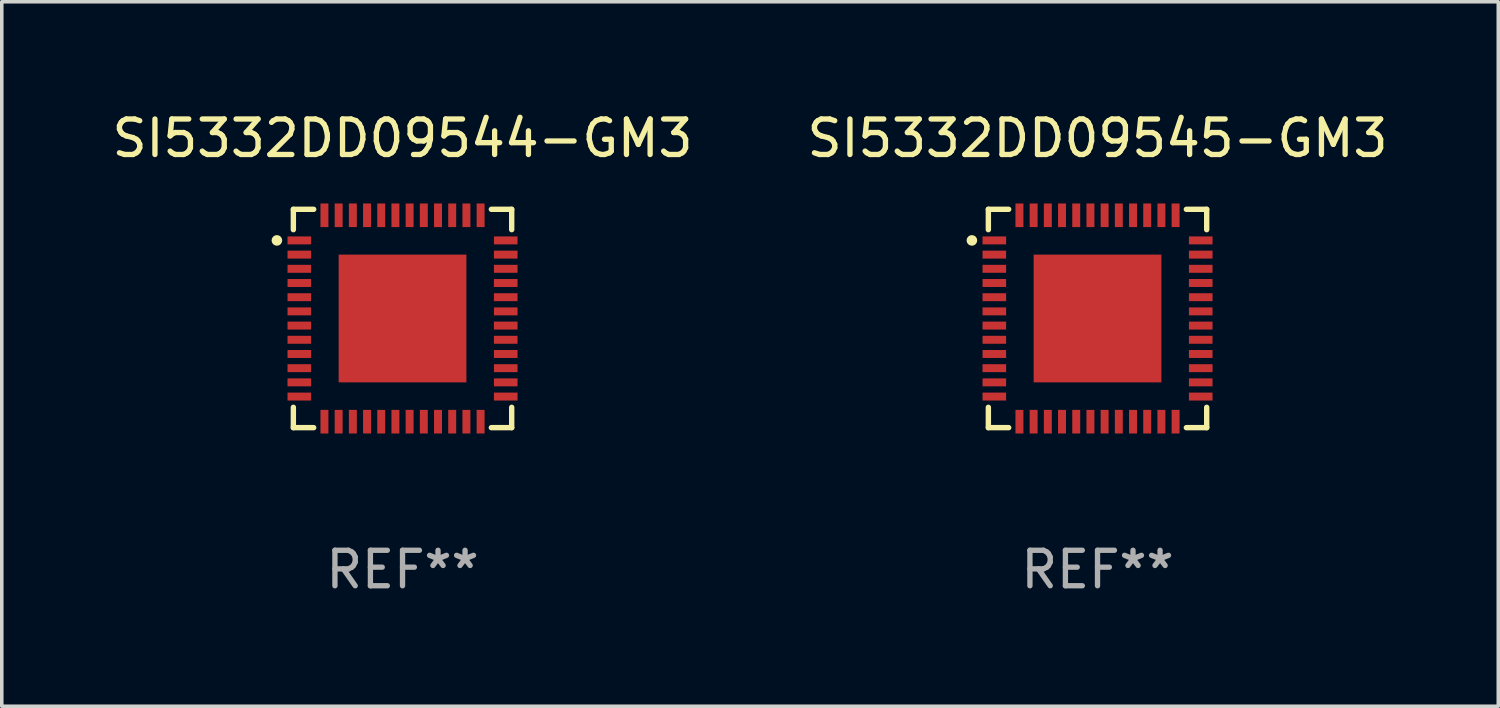
<source format=kicad_pcb>
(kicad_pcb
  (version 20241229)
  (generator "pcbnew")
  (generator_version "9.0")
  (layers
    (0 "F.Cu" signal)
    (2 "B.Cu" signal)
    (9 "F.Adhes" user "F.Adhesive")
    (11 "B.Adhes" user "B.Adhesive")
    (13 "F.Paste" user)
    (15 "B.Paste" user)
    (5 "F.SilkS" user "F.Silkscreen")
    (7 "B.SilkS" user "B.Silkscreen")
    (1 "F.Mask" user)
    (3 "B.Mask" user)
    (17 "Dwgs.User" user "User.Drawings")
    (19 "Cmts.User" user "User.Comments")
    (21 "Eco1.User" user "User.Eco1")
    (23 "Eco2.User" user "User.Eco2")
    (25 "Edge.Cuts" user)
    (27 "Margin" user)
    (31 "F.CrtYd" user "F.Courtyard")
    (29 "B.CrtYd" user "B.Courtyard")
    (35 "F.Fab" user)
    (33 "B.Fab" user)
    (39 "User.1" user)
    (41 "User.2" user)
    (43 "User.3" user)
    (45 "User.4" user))
  (footprint "SI5332DD09545-GM3"
    (layer "F.Cu")
    (at 27.875 5.924)
    (property "Reference" "SI5332DD09545-GM3" (at 0 -5.076 0) (layer "F.SilkS") (effects (font (size 1 1) (thickness 0.15))))
    (attr through_hole)
    (fp_line (start -3.076 -3.076) (end -3.076 -2.503) (stroke (width 0.152) (type solid)) (layer "F.SilkS"))
    (fp_line (start -3.076 3.076) (end -3.076 2.503) (stroke (width 0.152) (type solid)) (layer "F.SilkS"))
    (fp_line (start -2.503 -3.076) (end -3.076 -3.076) (stroke (width 0.152) (type solid)) (layer "F.SilkS"))
    (fp_line (start -2.503 3.076) (end -3.076 3.076) (stroke (width 0.152) (type solid)) (layer "F.SilkS"))
    (fp_line (start 2.503 -3.076) (end 3.076 -3.076) (stroke (width 0.152) (type solid)) (layer "F.SilkS"))
    (fp_line (start 2.503 3.076) (end 3.076 3.076) (stroke (width 0.152) (type solid)) (layer "F.SilkS"))
    (fp_line (start 3.076 -3.076) (end 3.076 -2.503) (stroke (width 0.152) (type solid)) (layer "F.SilkS"))
    (fp_line (start 3.076 3.076) (end 3.076 2.503) (stroke (width 0.152) (type solid)) (layer "F.SilkS"))
    (fp_circle (center -3.54 -2.2) (end -3.465 -2.2) (stroke (width 0.15) (type solid)) (fill no) (layer "F.SilkS"))
    (fp_text user "REF**" (at 0 7.076 0) (layer "F.Fab") (effects (font (size 1 1) (thickness 0.15))))
    (pad "1" smd rect (at -2.908 -2.2) (size 0.665 0.224) (layers "F.Cu" "F.Mask" "F.Paste"))
    (pad "2" smd rect (at -2.908 -1.8) (size 0.665 0.224) (layers "F.Cu" "F.Mask" "F.Paste"))
    (pad "3" smd rect (at -2.908 -1.4) (size 0.665 0.224) (layers "F.Cu" "F.Mask" "F.Paste"))
    (pad "4" smd rect (at -2.908 -1) (size 0.665 0.224) (layers "F.Cu" "F.Mask" "F.Paste"))
    (pad "5" smd rect (at -2.908 -0.6) (size 0.665 0.224) (layers "F.Cu" "F.Mask" "F.Paste"))
    (pad "6" smd rect (at -2.908 -0.2) (size 0.665 0.224) (layers "F.Cu" "F.Mask" "F.Paste"))
    (pad "7" smd rect (at -2.908 0.2) (size 0.665 0.224) (layers "F.Cu" "F.Mask" "F.Paste"))
    (pad "8" smd rect (at -2.908 0.6) (size 0.665 0.224) (layers "F.Cu" "F.Mask" "F.Paste"))
    (pad "9" smd rect (at -2.908 1) (size 0.665 0.224) (layers "F.Cu" "F.Mask" "F.Paste"))
    (pad "10" smd rect (at -2.908 1.4) (size 0.665 0.224) (layers "F.Cu" "F.Mask" "F.Paste"))
    (pad "11" smd rect (at -2.908 1.8) (size 0.665 0.224) (layers "F.Cu" "F.Mask" "F.Paste"))
    (pad "12" smd rect (at -2.908 2.2) (size 0.665 0.224) (layers "F.Cu" "F.Mask" "F.Paste"))
    (pad "13" smd rect (at -2.2 2.908) (size 0.224 0.665) (layers "F.Cu" "F.Mask" "F.Paste"))
    (pad "14" smd rect (at -1.8 2.908) (size 0.224 0.665) (layers "F.Cu" "F.Mask" "F.Paste"))
    (pad "15" smd rect (at -1.4 2.908) (size 0.224 0.665) (layers "F.Cu" "F.Mask" "F.Paste"))
    (pad "16" smd rect (at -1 2.908) (size 0.224 0.665) (layers "F.Cu" "F.Mask" "F.Paste"))
    (pad "17" smd rect (at -0.6 2.908) (size 0.224 0.665) (layers "F.Cu" "F.Mask" "F.Paste"))
    (pad "18" smd rect (at -0.2 2.908) (size 0.224 0.665) (layers "F.Cu" "F.Mask" "F.Paste"))
    (pad "19" smd rect (at 0.2 2.908) (size 0.224 0.665) (layers "F.Cu" "F.Mask" "F.Paste"))
    (pad "20" smd rect (at 0.6 2.908) (size 0.224 0.665) (layers "F.Cu" "F.Mask" "F.Paste"))
    (pad "21" smd rect (at 1 2.908) (size 0.224 0.665) (layers "F.Cu" "F.Mask" "F.Paste"))
    (pad "22" smd rect (at 1.4 2.908) (size 0.224 0.665) (layers "F.Cu" "F.Mask" "F.Paste"))
    (pad "23" smd rect (at 1.8 2.908) (size 0.224 0.665) (layers "F.Cu" "F.Mask" "F.Paste"))
    (pad "24" smd rect (at 2.2 2.908) (size 0.224 0.665) (layers "F.Cu" "F.Mask" "F.Paste"))
    (pad "25" smd rect (at 2.908 2.2) (size 0.665 0.224) (layers "F.Cu" "F.Mask" "F.Paste"))
    (pad "26" smd rect (at 2.908 1.8) (size 0.665 0.224) (layers "F.Cu" "F.Mask" "F.Paste"))
    (pad "27" smd rect (at 2.908 1.4) (size 0.665 0.224) (layers "F.Cu" "F.Mask" "F.Paste"))
    (pad "28" smd rect (at 2.908 1) (size 0.665 0.224) (layers "F.Cu" "F.Mask" "F.Paste"))
    (pad "29" smd rect (at 2.908 0.6) (size 0.665 0.224) (layers "F.Cu" "F.Mask" "F.Paste"))
    (pad "30" smd rect (at 2.908 0.2) (size 0.665 0.224) (layers "F.Cu" "F.Mask" "F.Paste"))
    (pad "31" smd rect (at 2.908 -0.2) (size 0.665 0.224) (layers "F.Cu" "F.Mask" "F.Paste"))
    (pad "32" smd rect (at 2.908 -0.6) (size 0.665 0.224) (layers "F.Cu" "F.Mask" "F.Paste"))
    (pad "33" smd rect (at 2.908 -1) (size 0.665 0.224) (layers "F.Cu" "F.Mask" "F.Paste"))
    (pad "34" smd rect (at 2.908 -1.4) (size 0.665 0.224) (layers "F.Cu" "F.Mask" "F.Paste"))
    (pad "35" smd rect (at 2.908 -1.8) (size 0.665 0.224) (layers "F.Cu" "F.Mask" "F.Paste"))
    (pad "36" smd rect (at 2.908 -2.2) (size 0.665 0.224) (layers "F.Cu" "F.Mask" "F.Paste"))
    (pad "37" smd rect (at 2.2 -2.908) (size 0.224 0.665) (layers "F.Cu" "F.Mask" "F.Paste"))
    (pad "38" smd rect (at 1.8 -2.908) (size 0.224 0.665) (layers "F.Cu" "F.Mask" "F.Paste"))
    (pad "39" smd rect (at 1.4 -2.908) (size 0.224 0.665) (layers "F.Cu" "F.Mask" "F.Paste"))
    (pad "40" smd rect (at 1 -2.908) (size 0.224 0.665) (layers "F.Cu" "F.Mask" "F.Paste"))
    (pad "41" smd rect (at 0.6 -2.908) (size 0.224 0.665) (layers "F.Cu" "F.Mask" "F.Paste"))
    (pad "42" smd rect (at 0.2 -2.908) (size 0.224 0.665) (layers "F.Cu" "F.Mask" "F.Paste"))
    (pad "43" smd rect (at -0.2 -2.908) (size 0.224 0.665) (layers "F.Cu" "F.Mask" "F.Paste"))
    (pad "44" smd rect (at -0.6 -2.908) (size 0.224 0.665) (layers "F.Cu" "F.Mask" "F.Paste"))
    (pad "45" smd rect (at -1 -2.908) (size 0.224 0.665) (layers "F.Cu" "F.Mask" "F.Paste"))
    (pad "46" smd rect (at -1.4 -2.908) (size 0.224 0.665) (layers "F.Cu" "F.Mask" "F.Paste"))
    (pad "47" smd rect (at -1.8 -2.908) (size 0.224 0.665) (layers "F.Cu" "F.Mask" "F.Paste"))
    (pad "48" smd rect (at -2.2 -2.908) (size 0.224 0.665) (layers "F.Cu" "F.Mask" "F.Paste"))
    (pad "49" smd rect (at 0 0) (size 3.6 3.6) (layers "F.Cu" "F.Mask" "F.Paste")))
  (footprint "SI5332DD09544-GM3"
    (layer "F.Cu")
    (at 8.292 5.924)
    (property "Reference" "SI5332DD09544-GM3" (at 0 -5.076 0) (layer "F.SilkS") (effects (font (size 1 1) (thickness 0.15))))
    (attr through_hole)
    (fp_line (start -3.076 -3.076) (end -3.076 -2.503) (stroke (width 0.152) (type solid)) (layer "F.SilkS"))
    (fp_line (start -3.076 3.076) (end -3.076 2.503) (stroke (width 0.152) (type solid)) (layer "F.SilkS"))
    (fp_line (start -2.503 -3.076) (end -3.076 -3.076) (stroke (width 0.152) (type solid)) (layer "F.SilkS"))
    (fp_line (start -2.503 3.076) (end -3.076 3.076) (stroke (width 0.152) (type solid)) (layer "F.SilkS"))
    (fp_line (start 2.503 -3.076) (end 3.076 -3.076) (stroke (width 0.152) (type solid)) (layer "F.SilkS"))
    (fp_line (start 2.503 3.076) (end 3.076 3.076) (stroke (width 0.152) (type solid)) (layer "F.SilkS"))
    (fp_line (start 3.076 -3.076) (end 3.076 -2.503) (stroke (width 0.152) (type solid)) (layer "F.SilkS"))
    (fp_line (start 3.076 3.076) (end 3.076 2.503) (stroke (width 0.152) (type solid)) (layer "F.SilkS"))
    (fp_circle (center -3.54 -2.2) (end -3.465 -2.2) (stroke (width 0.15) (type solid)) (fill no) (layer "F.SilkS"))
    (fp_text user "REF**" (at 0 7.076 0) (layer "F.Fab") (effects (font (size 1 1) (thickness 0.15))))
    (pad "1" smd rect (at -2.908 -2.2) (size 0.665 0.224) (layers "F.Cu" "F.Mask" "F.Paste"))
    (pad "2" smd rect (at -2.908 -1.8) (size 0.665 0.224) (layers "F.Cu" "F.Mask" "F.Paste"))
    (pad "3" smd rect (at -2.908 -1.4) (size 0.665 0.224) (layers "F.Cu" "F.Mask" "F.Paste"))
    (pad "4" smd rect (at -2.908 -1) (size 0.665 0.224) (layers "F.Cu" "F.Mask" "F.Paste"))
    (pad "5" smd rect (at -2.908 -0.6) (size 0.665 0.224) (layers "F.Cu" "F.Mask" "F.Paste"))
    (pad "6" smd rect (at -2.908 -0.2) (size 0.665 0.224) (layers "F.Cu" "F.Mask" "F.Paste"))
    (pad "7" smd rect (at -2.908 0.2) (size 0.665 0.224) (layers "F.Cu" "F.Mask" "F.Paste"))
    (pad "8" smd rect (at -2.908 0.6) (size 0.665 0.224) (layers "F.Cu" "F.Mask" "F.Paste"))
    (pad "9" smd rect (at -2.908 1) (size 0.665 0.224) (layers "F.Cu" "F.Mask" "F.Paste"))
    (pad "10" smd rect (at -2.908 1.4) (size 0.665 0.224) (layers "F.Cu" "F.Mask" "F.Paste"))
    (pad "11" smd rect (at -2.908 1.8) (size 0.665 0.224) (layers "F.Cu" "F.Mask" "F.Paste"))
    (pad "12" smd rect (at -2.908 2.2) (size 0.665 0.224) (layers "F.Cu" "F.Mask" "F.Paste"))
    (pad "13" smd rect (at -2.2 2.908) (size 0.224 0.665) (layers "F.Cu" "F.Mask" "F.Paste"))
    (pad "14" smd rect (at -1.8 2.908) (size 0.224 0.665) (layers "F.Cu" "F.Mask" "F.Paste"))
    (pad "15" smd rect (at -1.4 2.908) (size 0.224 0.665) (layers "F.Cu" "F.Mask" "F.Paste"))
    (pad "16" smd rect (at -1 2.908) (size 0.224 0.665) (layers "F.Cu" "F.Mask" "F.Paste"))
    (pad "17" smd rect (at -0.6 2.908) (size 0.224 0.665) (layers "F.Cu" "F.Mask" "F.Paste"))
    (pad "18" smd rect (at -0.2 2.908) (size 0.224 0.665) (layers "F.Cu" "F.Mask" "F.Paste"))
    (pad "19" smd rect (at 0.2 2.908) (size 0.224 0.665) (layers "F.Cu" "F.Mask" "F.Paste"))
    (pad "20" smd rect (at 0.6 2.908) (size 0.224 0.665) (layers "F.Cu" "F.Mask" "F.Paste"))
    (pad "21" smd rect (at 1 2.908) (size 0.224 0.665) (layers "F.Cu" "F.Mask" "F.Paste"))
    (pad "22" smd rect (at 1.4 2.908) (size 0.224 0.665) (layers "F.Cu" "F.Mask" "F.Paste"))
    (pad "23" smd rect (at 1.8 2.908) (size 0.224 0.665) (layers "F.Cu" "F.Mask" "F.Paste"))
    (pad "24" smd rect (at 2.2 2.908) (size 0.224 0.665) (layers "F.Cu" "F.Mask" "F.Paste"))
    (pad "25" smd rect (at 2.908 2.2) (size 0.665 0.224) (layers "F.Cu" "F.Mask" "F.Paste"))
    (pad "26" smd rect (at 2.908 1.8) (size 0.665 0.224) (layers "F.Cu" "F.Mask" "F.Paste"))
    (pad "27" smd rect (at 2.908 1.4) (size 0.665 0.224) (layers "F.Cu" "F.Mask" "F.Paste"))
    (pad "28" smd rect (at 2.908 1) (size 0.665 0.224) (layers "F.Cu" "F.Mask" "F.Paste"))
    (pad "29" smd rect (at 2.908 0.6) (size 0.665 0.224) (layers "F.Cu" "F.Mask" "F.Paste"))
    (pad "30" smd rect (at 2.908 0.2) (size 0.665 0.224) (layers "F.Cu" "F.Mask" "F.Paste"))
    (pad "31" smd rect (at 2.908 -0.2) (size 0.665 0.224) (layers "F.Cu" "F.Mask" "F.Paste"))
    (pad "32" smd rect (at 2.908 -0.6) (size 0.665 0.224) (layers "F.Cu" "F.Mask" "F.Paste"))
    (pad "33" smd rect (at 2.908 -1) (size 0.665 0.224) (layers "F.Cu" "F.Mask" "F.Paste"))
    (pad "34" smd rect (at 2.908 -1.4) (size 0.665 0.224) (layers "F.Cu" "F.Mask" "F.Paste"))
    (pad "35" smd rect (at 2.908 -1.8) (size 0.665 0.224) (layers "F.Cu" "F.Mask" "F.Paste"))
    (pad "36" smd rect (at 2.908 -2.2) (size 0.665 0.224) (layers "F.Cu" "F.Mask" "F.Paste"))
    (pad "37" smd rect (at 2.2 -2.908) (size 0.224 0.665) (layers "F.Cu" "F.Mask" "F.Paste"))
    (pad "38" smd rect (at 1.8 -2.908) (size 0.224 0.665) (layers "F.Cu" "F.Mask" "F.Paste"))
    (pad "39" smd rect (at 1.4 -2.908) (size 0.224 0.665) (layers "F.Cu" "F.Mask" "F.Paste"))
    (pad "40" smd rect (at 1 -2.908) (size 0.224 0.665) (layers "F.Cu" "F.Mask" "F.Paste"))
    (pad "41" smd rect (at 0.6 -2.908) (size 0.224 0.665) (layers "F.Cu" "F.Mask" "F.Paste"))
    (pad "42" smd rect (at 0.2 -2.908) (size 0.224 0.665) (layers "F.Cu" "F.Mask" "F.Paste"))
    (pad "43" smd rect (at -0.2 -2.908) (size 0.224 0.665) (layers "F.Cu" "F.Mask" "F.Paste"))
    (pad "44" smd rect (at -0.6 -2.908) (size 0.224 0.665) (layers "F.Cu" "F.Mask" "F.Paste"))
    (pad "45" smd rect (at -1 -2.908) (size 0.224 0.665) (layers "F.Cu" "F.Mask" "F.Paste"))
    (pad "46" smd rect (at -1.4 -2.908) (size 0.224 0.665) (layers "F.Cu" "F.Mask" "F.Paste"))
    (pad "47" smd rect (at -1.8 -2.908) (size 0.224 0.665) (layers "F.Cu" "F.Mask" "F.Paste"))
    (pad "48" smd rect (at -2.2 -2.908) (size 0.224 0.665) (layers "F.Cu" "F.Mask" "F.Paste"))
    (pad "49" smd rect (at 0 0) (size 3.6 3.6) (layers "F.Cu" "F.Mask" "F.Paste")))
  (gr_rect
    (start -3 -3)
    (end 39.167 16.849)
    (stroke (width 0.1) (type default))
    (fill no)
    (layer "Edge.Cuts")))
</source>
